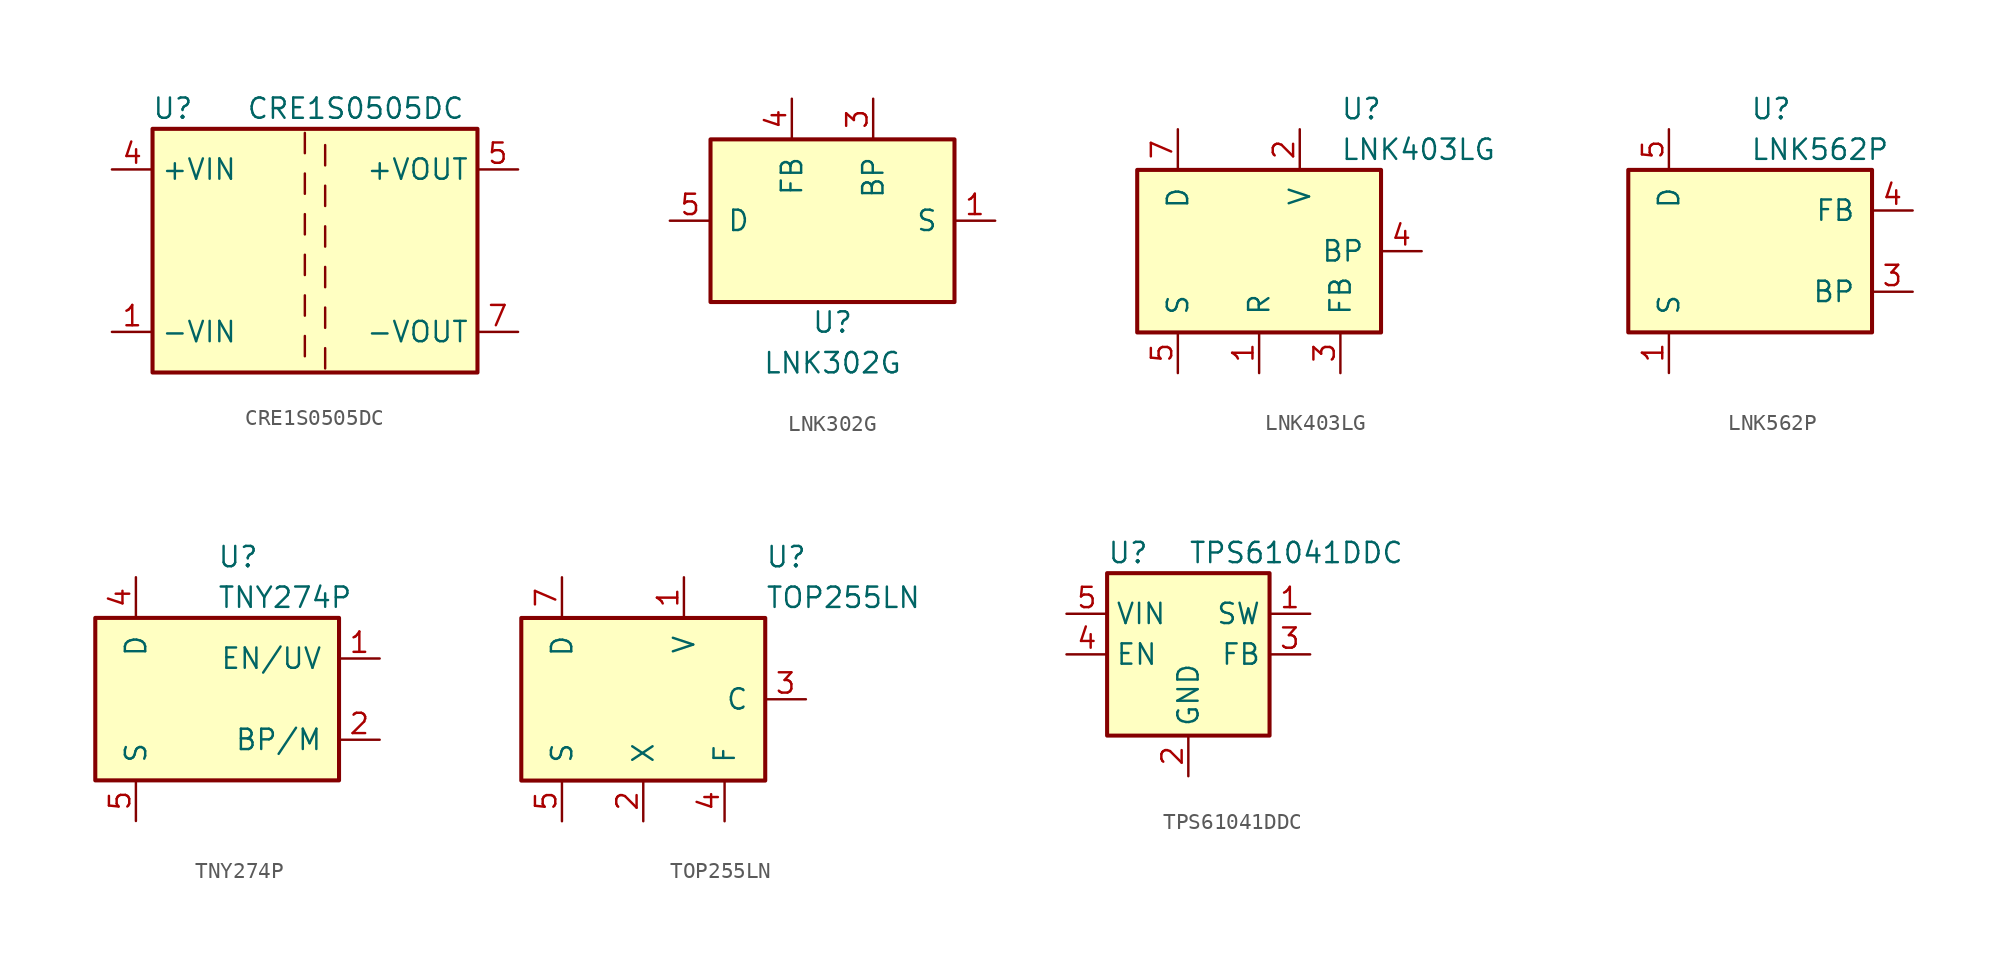
<source format=kicad_sym>
(kicad_symbol_lib
  (version 20201005)
  (generator kicad_symbol_editor)
  (symbol "CRE1S0505DC"
    (property "Reference" "U"
      (at -8.89 8.89 0)
      (effects (font (size 1.27 1.27))))
    (property "Value" "CRE1S0505DC"
      (at 2.54 8.89 0)
      (effects (font (size 1.27 1.27))))
    (symbol "CRE1S0505DC_0_1"
      (rectangle (start -10.16 7.62) (end 10.16 -7.62) (stroke (width 0.254)) (fill (type background)))
      (polyline (pts (xy -0.635 -5.334) (xy -0.635 -6.604)) (stroke (width 0)) (fill (type none)))
      (polyline (pts (xy -0.635 -2.794) (xy -0.635 -4.064)) (stroke (width 0)) (fill (type none)))
      (polyline (pts (xy -0.635 -0.254) (xy -0.635 -1.524)) (stroke (width 0)) (fill (type none)))
      (polyline (pts (xy -0.635 2.286) (xy -0.635 1.016)) (stroke (width 0)) (fill (type none)))
      (polyline (pts (xy -0.635 4.826) (xy -0.635 3.556)) (stroke (width 0)) (fill (type none)))
      (polyline (pts (xy -0.635 7.366) (xy -0.635 6.096)) (stroke (width 0)) (fill (type none)))
      (polyline (pts (xy 0.635 -7.366) (xy 0.635 -6.096)) (stroke (width 0)) (fill (type none)))
      (polyline (pts (xy 0.635 -4.826) (xy 0.635 -3.556)) (stroke (width 0)) (fill (type none)))
      (polyline (pts (xy 0.635 -2.286) (xy 0.635 -1.016)) (stroke (width 0)) (fill (type none)))
      (polyline (pts (xy 0.635 0.254) (xy 0.635 1.524)) (stroke (width 0)) (fill (type none)))
      (polyline (pts (xy 0.635 2.794) (xy 0.635 4.064)) (stroke (width 0)) (fill (type none)))
      (polyline (pts (xy 0.635 5.334) (xy 0.635 6.604)) (stroke (width 0)) (fill (type none))))
    (symbol "CRE1S0505DC_1_1"
      (pin power_in line (at -12.7 -5.08 0) (length 2.54) (name "-VIN" (effects (font (size 1.27 1.27)))) (number "1" (effects (font (size 1.27 1.27)))))
      (pin power_in line (at -12.7 5.08 0) (length 2.54) (name "+VIN" (effects (font (size 1.27 1.27)))) (number "4" (effects (font (size 1.27 1.27)))))
      (pin power_out line (at 12.7 5.08 180) (length 2.54) (name "+VOUT" (effects (font (size 1.27 1.27)))) (number "5" (effects (font (size 1.27 1.27)))))
      (pin power_out line (at 12.7 -5.08 180) (length 2.54) (name "-VOUT" (effects (font (size 1.27 1.27)))) (number "7" (effects (font (size 1.27 1.27)))))))
  (symbol "LNK302G"
    (pin_names
      (offset 1.016))
    (property "Reference" "U"
      (at 0 -6.35 0)
      (effects (font (size 1.27 1.27))))
    (property "Value" "LNK302G"
      (at 0 -8.89 0)
      (effects (font (size 1.27 1.27))))
    (symbol "LNK302G_0_1"
      (rectangle (start -7.62 5.08) (end 7.62 -5.08) (stroke (width 0.254)) (fill (type background))))
    (symbol "LNK302G_1_1"
      (pin open_emitter line (at 10.16 0 180) (length 2.54) (name "S" (effects (font (size 1.27 1.27)))) (number "1" (effects (font (size 1.27 1.27)))))
      (pin open_emitter line (at 10.16 0 180) (length 2.54) hide (name "S" (effects (font (size 1.27 1.27)))) (number "2" (effects (font (size 1.27 1.27)))))
      (pin input line (at 2.54 7.62 270) (length 2.54) (name "BP" (effects (font (size 1.27 1.27)))) (number "3" (effects (font (size 1.27 1.27)))))
      (pin input line (at -2.54 7.62 270) (length 2.54) (name "FB" (effects (font (size 1.27 1.27)))) (number "4" (effects (font (size 1.27 1.27)))))
      (pin open_collector line (at -10.16 0 0) (length 2.54) (name "D" (effects (font (size 1.27 1.27)))) (number "5" (effects (font (size 1.27 1.27)))))
      (pin open_emitter line (at 10.16 0 180) (length 2.54) hide (name "S" (effects (font (size 1.27 1.27)))) (number "7" (effects (font (size 1.27 1.27)))))
      (pin open_emitter line (at 10.16 0 180) (length 2.54) hide (name "S" (effects (font (size 1.27 1.27)))) (number "8" (effects (font (size 1.27 1.27)))))))
  (symbol "LNK403LG"
    (pin_names
      (offset 1.016))
    (property "Reference" "U"
      (at 5.08 8.89 0)
      (effects (font (size 1.27 1.27)) (justify left)))
    (property "Value" "LNK403LG"
      (at 5.08 6.35 0)
      (effects (font (size 1.27 1.27)) (justify left)))
    (symbol "LNK403LG_0_1"
      (rectangle (start -7.62 5.08) (end 7.62 -5.08) (stroke (width 0.254)) (fill (type background))))
    (symbol "LNK403LG_1_1"
      (pin input line (at 0 -7.62 90) (length 2.54) (name "R" (effects (font (size 1.27 1.27)))) (number "1" (effects (font (size 1.27 1.27)))))
      (pin input line (at 2.54 7.62 270) (length 2.54) (name "V" (effects (font (size 1.27 1.27)))) (number "2" (effects (font (size 1.27 1.27)))))
      (pin input line (at 5.08 -7.62 90) (length 2.54) (name "FB" (effects (font (size 1.27 1.27)))) (number "3" (effects (font (size 1.27 1.27)))))
      (pin input line (at 10.16 0 180) (length 2.54) (name "BP" (effects (font (size 1.27 1.27)))) (number "4" (effects (font (size 1.27 1.27)))))
      (pin open_emitter line (at -5.08 -7.62 90) (length 2.54) (name "S" (effects (font (size 1.27 1.27)))) (number "5" (effects (font (size 1.27 1.27)))))
      (pin open_collector line (at -5.08 7.62 270) (length 2.54) (name "D" (effects (font (size 1.27 1.27)))) (number "7" (effects (font (size 1.27 1.27)))))))
  (symbol "LNK562P"
    (pin_names
      (offset 1.016))
    (property "Reference" "U"
      (at 0 8.89 0)
      (effects (font (size 1.27 1.27)) (justify left)))
    (property "Value" "LNK562P"
      (at 0 6.35 0)
      (effects (font (size 1.27 1.27)) (justify left)))
    (symbol "LNK562P_0_1"
      (rectangle (start -7.62 5.08) (end 7.62 -5.08) (stroke (width 0.254)) (fill (type background))))
    (symbol "LNK562P_1_1"
      (pin open_emitter line (at -5.08 -7.62 90) (length 2.54) (name "S" (effects (font (size 1.27 1.27)))) (number "1" (effects (font (size 1.27 1.27)))))
      (pin open_emitter line (at -5.08 -7.62 90) (length 2.54) hide (name "S" (effects (font (size 1.27 1.27)))) (number "2" (effects (font (size 1.27 1.27)))))
      (pin input line (at 10.16 -2.54 180) (length 2.54) (name "BP" (effects (font (size 1.27 1.27)))) (number "3" (effects (font (size 1.27 1.27)))))
      (pin input line (at 10.16 2.54 180) (length 2.54) (name "FB" (effects (font (size 1.27 1.27)))) (number "4" (effects (font (size 1.27 1.27)))))
      (pin open_collector line (at -5.08 7.62 270) (length 2.54) (name "D" (effects (font (size 1.27 1.27)))) (number "5" (effects (font (size 1.27 1.27)))))
      (pin open_emitter line (at -5.08 -7.62 90) (length 2.54) hide (name "S" (effects (font (size 1.27 1.27)))) (number "7" (effects (font (size 1.27 1.27)))))
      (pin open_emitter line (at -5.08 -7.62 90) (length 2.54) hide (name "S" (effects (font (size 1.27 1.27)))) (number "8" (effects (font (size 1.27 1.27)))))))
  (symbol "TNY274P"
    (pin_names
      (offset 1.016))
    (property "Reference" "U"
      (at 0 8.89 0)
      (effects (font (size 1.27 1.27)) (justify left)))
    (property "Value" "TNY274P"
      (at 0 6.35 0)
      (effects (font (size 1.27 1.27)) (justify left)))
    (symbol "TNY274P_0_1"
      (rectangle (start -7.62 5.08) (end 7.62 -5.08) (stroke (width 0.254)) (fill (type background))))
    (symbol "TNY274P_1_1"
      (pin input line (at 10.16 2.54 180) (length 2.54) (name "EN/UV" (effects (font (size 1.27 1.27)))) (number "1" (effects (font (size 1.27 1.27)))))
      (pin input line (at 10.16 -2.54 180) (length 2.54) (name "BP/M" (effects (font (size 1.27 1.27)))) (number "2" (effects (font (size 1.27 1.27)))))
      (pin open_collector line (at -5.08 7.62 270) (length 2.54) (name "D" (effects (font (size 1.27 1.27)))) (number "4" (effects (font (size 1.27 1.27)))))
      (pin open_emitter line (at -5.08 -7.62 90) (length 2.54) (name "S" (effects (font (size 1.27 1.27)))) (number "5" (effects (font (size 1.27 1.27)))))
      (pin open_emitter line (at -5.08 -7.62 90) (length 2.54) hide (name "S" (effects (font (size 1.27 1.27)))) (number "6" (effects (font (size 1.27 1.27)))))
      (pin open_emitter line (at -5.08 -7.62 90) (length 2.54) hide (name "S" (effects (font (size 1.27 1.27)))) (number "7" (effects (font (size 1.27 1.27)))))
      (pin open_emitter line (at -5.08 -7.62 90) (length 2.54) hide (name "S" (effects (font (size 1.27 1.27)))) (number "8" (effects (font (size 1.27 1.27)))))))
  (symbol "TOP255LN"
    (pin_names
      (offset 1.016))
    (property "Reference" "U"
      (at 7.62 8.89 0)
      (effects (font (size 1.27 1.27)) (justify left)))
    (property "Value" "TOP255LN"
      (at 7.62 6.35 0)
      (effects (font (size 1.27 1.27)) (justify left)))
    (symbol "TOP255LN_0_1"
      (rectangle (start -7.62 5.08) (end 7.62 -5.08) (stroke (width 0.254)) (fill (type background))))
    (symbol "TOP255LN_1_1"
      (pin input line (at 2.54 7.62 270) (length 2.54) (name "V" (effects (font (size 1.27 1.27)))) (number "1" (effects (font (size 1.27 1.27)))))
      (pin input line (at 0 -7.62 90) (length 2.54) (name "X" (effects (font (size 1.27 1.27)))) (number "2" (effects (font (size 1.27 1.27)))))
      (pin input line (at 10.16 0 180) (length 2.54) (name "C" (effects (font (size 1.27 1.27)))) (number "3" (effects (font (size 1.27 1.27)))))
      (pin passive line (at 5.08 -7.62 90) (length 2.54) (name "F" (effects (font (size 1.27 1.27)))) (number "4" (effects (font (size 1.27 1.27)))))
      (pin open_emitter line (at -5.08 -7.62 90) (length 2.54) (name "S" (effects (font (size 1.27 1.27)))) (number "5" (effects (font (size 1.27 1.27)))))
      (pin open_collector line (at -5.08 7.62 270) (length 2.54) (name "D" (effects (font (size 1.27 1.27)))) (number "7" (effects (font (size 1.27 1.27)))))))
  (symbol "TPS61041DDC"
    (property "Reference" "U"
      (at -5.08 6.35 0)
      (effects (font (size 1.27 1.27)) (justify left)))
    (property "Value" "TPS61041DDC"
      (at 0 6.35 0)
      (effects (font (size 1.27 1.27)) (justify left)))
    (symbol "TPS61041DDC_0_1"
      (rectangle (start -5.08 5.08) (end 5.08 -5.08) (stroke (width 0.254)) (fill (type background))))
    (symbol "TPS61041DDC_1_1"
      (pin power_out line (at 7.62 2.54 180) (length 2.54) (name "SW" (effects (font (size 1.27 1.27)))) (number "1" (effects (font (size 1.27 1.27)))))
      (pin power_in line (at 0 -7.62 90) (length 2.54) (name "GND" (effects (font (size 1.27 1.27)))) (number "2" (effects (font (size 1.27 1.27)))))
      (pin input line (at 7.62 0 180) (length 2.54) (name "FB" (effects (font (size 1.27 1.27)))) (number "3" (effects (font (size 1.27 1.27)))))
      (pin input line (at -7.62 0 0) (length 2.54) (name "EN" (effects (font (size 1.27 1.27)))) (number "4" (effects (font (size 1.27 1.27)))))
      (pin power_in line (at -7.62 2.54 0) (length 2.54) (name "VIN" (effects (font (size 1.27 1.27)))) (number "5" (effects (font (size 1.27 1.27))))))))
</source>
